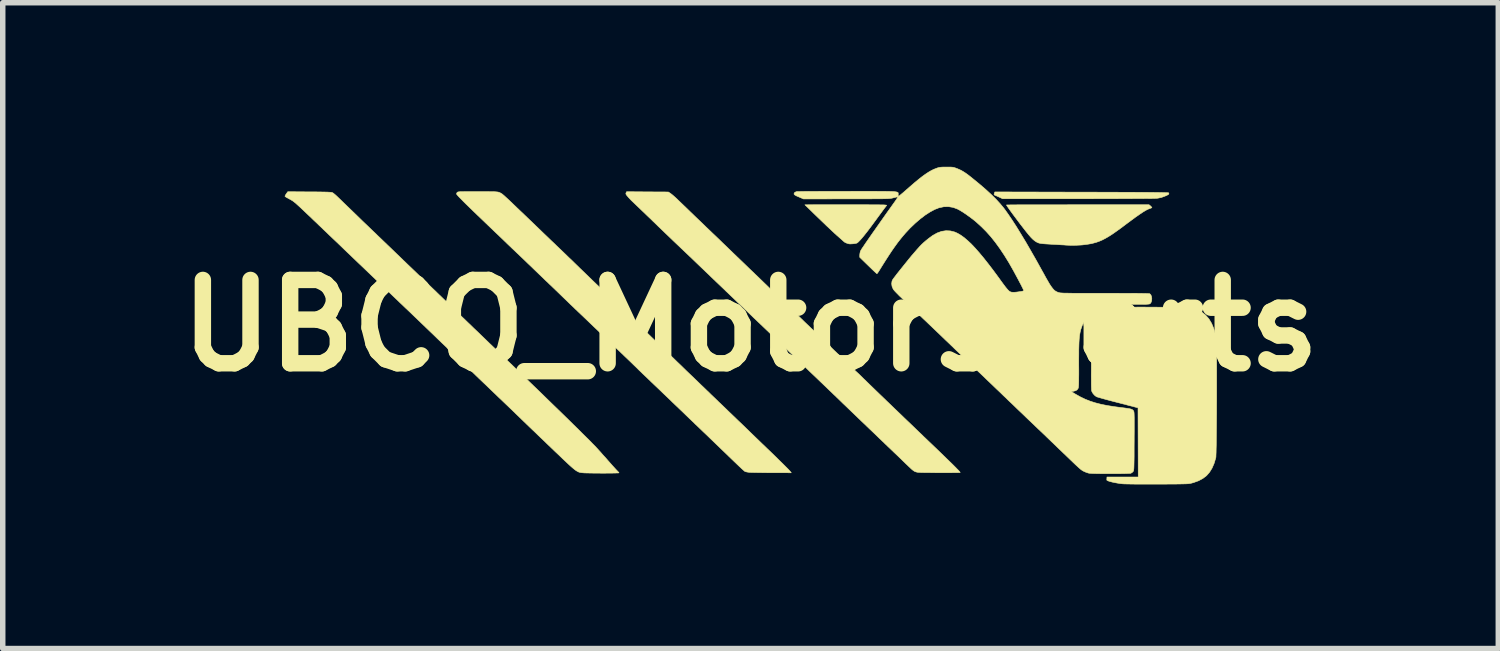
<source format=kicad_pcb>
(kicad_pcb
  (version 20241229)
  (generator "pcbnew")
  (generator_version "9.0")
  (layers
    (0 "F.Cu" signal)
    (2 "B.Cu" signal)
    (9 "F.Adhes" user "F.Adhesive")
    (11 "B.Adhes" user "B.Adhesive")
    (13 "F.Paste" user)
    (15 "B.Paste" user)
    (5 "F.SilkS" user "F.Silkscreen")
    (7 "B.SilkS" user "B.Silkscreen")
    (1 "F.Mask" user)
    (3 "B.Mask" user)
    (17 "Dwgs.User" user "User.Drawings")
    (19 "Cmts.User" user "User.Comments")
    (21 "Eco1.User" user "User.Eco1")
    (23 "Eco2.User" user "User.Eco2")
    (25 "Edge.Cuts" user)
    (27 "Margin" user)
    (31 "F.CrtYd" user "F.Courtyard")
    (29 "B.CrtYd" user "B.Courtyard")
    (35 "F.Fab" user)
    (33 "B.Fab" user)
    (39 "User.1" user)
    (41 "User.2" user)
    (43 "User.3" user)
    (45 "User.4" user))
  (footprint "UBCO_Motorsports"
    (layer "F.Cu")
    (at 10.675 2.904)
    (property "Reference" "UBCO_Motorsports" (at 0 0 0) (layer "F.SilkS") (effects (font (size 1.524 1.524) (thickness 0.3))))
    (attr through_hole)
    (fp_poly (pts (xy 6.055 -2.44) (xy 6.26 -2.44) (xy 6.449 -2.439) (xy 6.622 -2.439) (xy 6.78 -2.438) (xy 6.923 -2.438) (xy 7.051 -2.437) (xy 7.165 -2.436) (xy 7.266 -2.436) (xy 7.354 -2.435) (xy 7.429 -2.434) (xy 7.492 -2.433) (xy 7.544 -2.432) (xy 7.584 -2.431) (xy 7.615 -2.43) (xy 7.635 -2.429) (xy 7.645 -2.428) (xy 7.647 -2.427) (xy 7.652 -2.415) (xy 7.649 -2.404) (xy 7.636 -2.393) (xy 7.61 -2.38) (xy 7.58 -2.367) (xy 7.515 -2.343) (xy 7.452 -2.33) (xy 7.434 -2.328) (xy 7.417 -2.327) (xy 7.385 -2.326) (xy 7.337 -2.325) (xy 7.275 -2.325) (xy 7.2 -2.324) (xy 7.113 -2.323) (xy 7.014 -2.323) (xy 6.905 -2.322) (xy 6.787 -2.322) (xy 6.659 -2.321) (xy 6.524 -2.321) (xy 6.383 -2.321) (xy 6.235 -2.32) (xy 6.083 -2.32) (xy 5.986 -2.32) (xy 4.61 -2.32) (xy 4.555 -2.346) (xy 4.524 -2.36) (xy 4.495 -2.373) (xy 4.477 -2.38) (xy 4.46 -2.389) (xy 4.454 -2.399) (xy 4.459 -2.418) (xy 4.461 -2.424) (xy 4.469 -2.444) (xy 6.055 -2.44)) (stroke (width 0.01) (type solid)) (fill yes) (layer "F.SilkS"))
    (fp_poly (pts (xy 1.992 -2.21) (xy 2.091 -2.21) (xy 2.176 -2.209) (xy 2.249 -2.209) (xy 2.31 -2.209) (xy 2.359 -2.208) (xy 2.399 -2.207) (xy 2.43 -2.207) (xy 2.454 -2.206) (xy 2.47 -2.204) (xy 2.481 -2.203) (xy 2.487 -2.201) (xy 2.489 -2.199) (xy 2.489 -2.196) (xy 2.488 -2.195) (xy 2.478 -2.182) (xy 2.461 -2.16) (xy 2.438 -2.13) (xy 2.416 -2.1) (xy 2.389 -2.063) (xy 2.356 -2.018) (xy 2.32 -1.969) (xy 2.285 -1.921) (xy 2.273 -1.905) (xy 2.201 -1.807) (xy 2.137 -1.723) (xy 2.081 -1.652) (xy 2.034 -1.595) (xy 1.996 -1.553) (xy 1.967 -1.524) (xy 1.947 -1.509) (xy 1.944 -1.508) (xy 1.92 -1.502) (xy 1.888 -1.497) (xy 1.852 -1.494) (xy 1.82 -1.493) (xy 1.799 -1.495) (xy 1.757 -1.508) (xy 1.728 -1.521) (xy 1.714 -1.531) (xy 1.701 -1.542) (xy 1.679 -1.562) (xy 1.651 -1.587) (xy 1.626 -1.609) (xy 1.586 -1.644) (xy 1.544 -1.682) (xy 1.498 -1.725) (xy 1.447 -1.773) (xy 1.389 -1.827) (xy 1.324 -1.89) (xy 1.25 -1.961) (xy 1.166 -2.042) (xy 1.105 -2.102) (xy 0.995 -2.209) (xy 1.748 -2.21) (xy 1.878 -2.21) (xy 1.992 -2.21)) (stroke (width 0.01) (type solid)) (fill yes) (layer "F.SilkS"))
    (fp_poly (pts (xy 7.315 -2.188) (xy 7.331 -2.172) (xy 7.34 -2.161) (xy 7.341 -2.158) (xy 7.333 -2.152) (xy 7.314 -2.144) (xy 7.293 -2.137) (xy 7.263 -2.125) (xy 7.224 -2.104) (xy 7.173 -2.073) (xy 7.112 -2.032) (xy 7.039 -1.981) (xy 6.955 -1.919) (xy 6.862 -1.85) (xy 6.769 -1.78) (xy 6.687 -1.721) (xy 6.614 -1.67) (xy 6.548 -1.628) (xy 6.489 -1.594) (xy 6.433 -1.565) (xy 6.379 -1.542) (xy 6.326 -1.523) (xy 6.272 -1.508) (xy 6.232 -1.498) (xy 6.153 -1.485) (xy 6.064 -1.474) (xy 5.969 -1.469) (xy 5.874 -1.467) (xy 5.791 -1.47) (xy 5.77 -1.471) (xy 5.736 -1.474) (xy 5.692 -1.476) (xy 5.642 -1.479) (xy 5.596 -1.482) (xy 5.517 -1.486) (xy 5.453 -1.49) (xy 5.402 -1.493) (xy 5.362 -1.496) (xy 5.332 -1.499) (xy 5.309 -1.502) (xy 5.292 -1.505) (xy 5.279 -1.508) (xy 5.267 -1.512) (xy 5.263 -1.513) (xy 5.231 -1.528) (xy 5.2 -1.548) (xy 5.167 -1.575) (xy 5.131 -1.611) (xy 5.09 -1.658) (xy 5.043 -1.716) (xy 5.032 -1.73) (xy 4.983 -1.793) (xy 4.934 -1.856) (xy 4.887 -1.919) (xy 4.842 -1.979) (xy 4.8 -2.035) (xy 4.763 -2.086) (xy 4.731 -2.13) (xy 4.707 -2.165) (xy 4.69 -2.19) (xy 4.682 -2.204) (xy 4.682 -2.206) (xy 4.69 -2.206) (xy 4.715 -2.206) (xy 4.754 -2.207) (xy 4.808 -2.207) (xy 4.875 -2.208) (xy 4.954 -2.208) (xy 5.045 -2.208) (xy 5.146 -2.209) (xy 5.257 -2.209) (xy 5.376 -2.209) (xy 5.504 -2.209) (xy 5.638 -2.209) (xy 5.778 -2.209) (xy 5.924 -2.21) (xy 5.985 -2.21) (xy 7.288 -2.21) (xy 7.315 -2.188)) (stroke (width 0.01) (type solid)) (fill yes) (layer "F.SilkS"))
    (fp_poly (pts (xy 7.293 -0.337) (xy 7.414 -0.337) (xy 7.456 -0.336) (xy 7.573 -0.335) (xy 7.673 -0.335) (xy 7.759 -0.334) (xy 7.833 -0.332) (xy 7.895 -0.331) (xy 7.947 -0.329) (xy 7.991 -0.327) (xy 8.027 -0.323) (xy 8.058 -0.32) (xy 8.084 -0.315) (xy 8.107 -0.31) (xy 8.129 -0.303) (xy 8.15 -0.296) (xy 8.173 -0.287) (xy 8.18 -0.284) (xy 8.257 -0.244) (xy 8.325 -0.189) (xy 8.384 -0.121) (xy 8.433 -0.04) (xy 8.472 0.053) (xy 8.501 0.159) (xy 8.517 0.256) (xy 8.519 0.277) (xy 8.52 0.314) (xy 8.521 0.364) (xy 8.522 0.427) (xy 8.523 0.501) (xy 8.524 0.586) (xy 8.525 0.679) (xy 8.525 0.779) (xy 8.525 0.886) (xy 8.525 0.998) (xy 8.525 1.113) (xy 8.525 1.231) (xy 8.525 1.35) (xy 8.524 1.469) (xy 8.524 1.586) (xy 8.523 1.7) (xy 8.522 1.811) (xy 8.521 1.916) (xy 8.52 2.015) (xy 8.519 2.106) (xy 8.518 2.188) (xy 8.516 2.259) (xy 8.515 2.319) (xy 8.513 2.366) (xy 8.512 2.399) (xy 8.51 2.416) (xy 8.51 2.417) (xy 8.479 2.52) (xy 8.441 2.608) (xy 8.395 2.682) (xy 8.34 2.745) (xy 8.273 2.796) (xy 8.195 2.838) (xy 8.104 2.871) (xy 8.053 2.885) (xy 8.039 2.887) (xy 8.023 2.89) (xy 8.003 2.892) (xy 7.977 2.894) (xy 7.944 2.895) (xy 7.903 2.896) (xy 7.853 2.897) (xy 7.792 2.898) (xy 7.719 2.899) (xy 7.632 2.899) (xy 7.531 2.9) (xy 7.451 2.9) (xy 7.353 2.9) (xy 7.258 2.9) (xy 7.168 2.9) (xy 7.084 2.9) (xy 7.008 2.899) (xy 6.942 2.898) (xy 6.887 2.897) (xy 6.845 2.896) (xy 6.818 2.895) (xy 6.816 2.895) (xy 6.767 2.89) (xy 6.716 2.882) (xy 6.665 2.873) (xy 6.618 2.863) (xy 6.576 2.852) (xy 6.544 2.842) (xy 6.523 2.832) (xy 6.516 2.825) (xy 6.517 2.805) (xy 6.518 2.79) (xy 6.519 2.769) (xy 6.805 2.769) (xy 7.091 2.769) (xy 7.089 2.136) (xy 7.087 1.504) (xy 6.72 1.409) (xy 6.643 1.389) (xy 6.57 1.37) (xy 6.503 1.352) (xy 6.445 1.336) (xy 6.396 1.322) (xy 6.359 1.311) (xy 6.335 1.304) (xy 6.327 1.301) (xy 6.295 1.277) (xy 6.265 1.244) (xy 6.244 1.208) (xy 6.24 1.196) (xy 6.237 1.182) (xy 6.236 1.156) (xy 6.234 1.116) (xy 6.233 1.064) (xy 6.233 0.997) (xy 6.232 0.915) (xy 6.233 0.818) (xy 6.233 0.705) (xy 6.233 0.673) (xy 6.234 0.569) (xy 6.235 0.481) (xy 6.235 0.407) (xy 6.236 0.345) (xy 6.237 0.294) (xy 6.238 0.253) (xy 6.24 0.22) (xy 6.241 0.194) (xy 6.243 0.173) (xy 6.246 0.155) (xy 6.249 0.14) (xy 6.252 0.126) (xy 6.255 0.114) (xy 6.287 0.023) (xy 6.329 -0.06) (xy 6.379 -0.131) (xy 6.429 -0.184) (xy 6.475 -0.218) (xy 6.531 -0.251) (xy 6.592 -0.28) (xy 6.644 -0.3) (xy 6.67 -0.307) (xy 6.697 -0.314) (xy 6.726 -0.32) (xy 6.759 -0.325) (xy 6.795 -0.329) (xy 6.838 -0.332) (xy 6.888 -0.334) (xy 6.947 -0.336) (xy 7.015 -0.337) (xy 7.095 -0.338) (xy 7.187 -0.338) (xy 7.293 -0.337)) (stroke (width 0.01) (type solid)) (fill yes) (layer "F.SilkS"))
    (fp_poly (pts (xy -4.99 -2.45) (xy -4.902 -2.45) (xy -4.829 -2.45) (xy -4.769 -2.449) (xy -4.722 -2.449) (xy -4.685 -2.448) (xy -4.656 -2.446) (xy -4.635 -2.444) (xy -4.619 -2.442) (xy -4.606 -2.439) (xy -4.596 -2.436) (xy -4.588 -2.432) (xy -4.579 -2.428) (xy -4.571 -2.424) (xy -4.562 -2.419) (xy -4.552 -2.413) (xy -4.54 -2.405) (xy -4.526 -2.393) (xy -4.508 -2.378) (xy -4.486 -2.358) (xy -4.459 -2.333) (xy -4.425 -2.302) (xy -4.385 -2.264) (xy -4.338 -2.219) (xy -4.282 -2.165) (xy -4.217 -2.103) (xy -4.141 -2.031) (xy -4.055 -1.948) (xy -3.992 -1.888) (xy -3.966 -1.863) (xy -3.93 -1.828) (xy -3.884 -1.784) (xy -3.831 -1.733) (xy -3.772 -1.676) (xy -3.709 -1.616) (xy -3.643 -1.552) (xy -3.575 -1.488) (xy -3.548 -1.461) (xy -3.484 -1.4) (xy -3.423 -1.342) (xy -3.367 -1.288) (xy -3.317 -1.239) (xy -3.273 -1.198) (xy -3.238 -1.164) (xy -3.212 -1.138) (xy -3.196 -1.123) (xy -3.192 -1.119) (xy -3.18 -1.107) (xy -3.157 -1.085) (xy -3.124 -1.052) (xy -3.08 -1.01) (xy -3.027 -0.959) (xy -2.966 -0.9) (xy -2.898 -0.834) (xy -2.822 -0.761) (xy -2.747 -0.69) (xy -2.699 -0.643) (xy -2.653 -0.6) (xy -2.613 -0.561) (xy -2.578 -0.528) (xy -2.552 -0.502) (xy -2.536 -0.486) (xy -2.532 -0.482) (xy -2.521 -0.472) (xy -2.499 -0.451) (xy -2.468 -0.421) (xy -2.43 -0.384) (xy -2.386 -0.342) (xy -2.337 -0.296) (xy -2.299 -0.259) (xy -2.242 -0.204) (xy -2.183 -0.147) (xy -2.124 -0.091) (xy -2.068 -0.037) (xy -2.018 0.011) (xy -1.977 0.051) (xy -1.964 0.063) (xy -1.927 0.099) (xy -1.881 0.143) (xy -1.828 0.195) (xy -1.77 0.251) (xy -1.71 0.308) (xy -1.651 0.365) (xy -1.621 0.393) (xy -1.564 0.449) (xy -1.504 0.506) (xy -1.445 0.563) (xy -1.389 0.617) (xy -1.339 0.666) (xy -1.296 0.707) (xy -1.278 0.724) (xy -1.232 0.769) (xy -1.181 0.819) (xy -1.13 0.868) (xy -1.083 0.913) (xy -1.054 0.94) (xy -1.014 0.979) (xy -0.965 1.026) (xy -0.914 1.076) (xy -0.863 1.124) (xy -0.83 1.156) (xy -0.794 1.191) (xy -0.757 1.226) (xy -0.72 1.263) (xy -0.679 1.302) (xy -0.634 1.345) (xy -0.584 1.394) (xy -0.526 1.449) (xy -0.459 1.513) (xy -0.383 1.587) (xy -0.347 1.621) (xy -0.235 1.729) (xy -0.123 1.836) (xy -0.008 1.948) (xy 0.106 2.058) (xy 0.154 2.104) (xy 0.205 2.154) (xy 0.257 2.203) (xy 0.304 2.249) (xy 0.343 2.286) (xy 0.343 2.286) (xy 0.42 2.36) (xy 0.49 2.429) (xy 0.552 2.49) (xy 0.607 2.544) (xy 0.652 2.589) (xy 0.688 2.625) (xy 0.713 2.652) (xy 0.727 2.667) (xy 0.728 2.669) (xy 0.746 2.692) (xy 0.4 2.691) (xy 0.322 2.691) (xy 0.247 2.69) (xy 0.177 2.689) (xy 0.114 2.688) (xy 0.061 2.687) (xy 0.019 2.686) (xy -0.008 2.685) (xy -0.013 2.685) (xy -0.048 2.681) (xy -0.079 2.675) (xy -0.099 2.669) (xy -0.102 2.668) (xy -0.114 2.658) (xy -0.136 2.639) (xy -0.166 2.612) (xy -0.201 2.579) (xy -0.239 2.543) (xy -0.241 2.541) (xy -0.289 2.495) (xy -0.342 2.444) (xy -0.396 2.392) (xy -0.445 2.344) (xy -0.47 2.32) (xy -0.517 2.275) (xy -0.571 2.223) (xy -0.625 2.171) (xy -0.675 2.123) (xy -0.69 2.108) (xy -0.725 2.075) (xy -0.768 2.033) (xy -0.819 1.984) (xy -0.875 1.931) (xy -0.932 1.876) (xy -0.988 1.822) (xy -1.008 1.804) (xy -1.062 1.751) (xy -1.118 1.698) (xy -1.172 1.646) (xy -1.222 1.597) (xy -1.266 1.555) (xy -1.301 1.522) (xy -1.312 1.511) (xy -1.338 1.486) (xy -1.374 1.452) (xy -1.419 1.409) (xy -1.471 1.358) (xy -1.529 1.303) (xy -1.592 1.243) (xy -1.657 1.18) (xy -1.723 1.117) (xy -1.74 1.101) (xy -1.803 1.041) (xy -1.862 0.984) (xy -1.917 0.931) (xy -1.966 0.885) (xy -2.008 0.844) (xy -2.042 0.812) (xy -2.066 0.788) (xy -2.08 0.774) (xy -2.083 0.771) (xy -2.095 0.759) (xy -2.119 0.736) (xy -2.152 0.704) (xy -2.195 0.662) (xy -2.246 0.613) (xy -2.305 0.557) (xy -2.369 0.495) (xy -2.439 0.428) (xy -2.51 0.36) (xy -2.564 0.309) (xy -2.618 0.257) (xy -2.67 0.207) (xy -2.719 0.16) (xy -2.761 0.12) (xy -2.793 0.089) (xy -2.798 0.084) (xy -2.868 0.018) (xy -2.948 -0.059) (xy -3.041 -0.148) (xy -3.145 -0.247) (xy -3.205 -0.304) (xy -3.247 -0.345) (xy -3.297 -0.392) (xy -3.348 -0.442) (xy -3.398 -0.49) (xy -3.421 -0.512) (xy -3.456 -0.546) (xy -3.5 -0.589) (xy -3.552 -0.639) (xy -3.608 -0.693) (xy -3.667 -0.749) (xy -3.724 -0.804) (xy -3.747 -0.825) (xy -3.802 -0.879) (xy -3.859 -0.933) (xy -3.915 -0.987) (xy -3.967 -1.037) (xy -4.013 -1.082) (xy -4.051 -1.118) (xy -4.064 -1.13) (xy -4.108 -1.173) (xy -4.157 -1.22) (xy -4.206 -1.267) (xy -4.25 -1.309) (xy -4.263 -1.321) (xy -4.306 -1.362) (xy -4.356 -1.409) (xy -4.406 -1.457) (xy -4.449 -1.498) (xy -4.489 -1.537) (xy -4.521 -1.568) (xy -4.547 -1.593) (xy -4.57 -1.615) (xy -4.593 -1.637) (xy -4.62 -1.663) (xy -4.654 -1.695) (xy -4.674 -1.714) (xy -4.79 -1.825) (xy -4.894 -1.925) (xy -4.987 -2.014) (xy -5.069 -2.093) (xy -5.14 -2.162) (xy -5.201 -2.221) (xy -5.252 -2.272) (xy -5.293 -2.314) (xy -5.326 -2.347) (xy -5.35 -2.373) (xy -5.366 -2.392) (xy -5.375 -2.404) (xy -5.376 -2.408) (xy -5.372 -2.423) (xy -5.365 -2.434) (xy -5.361 -2.438) (xy -5.356 -2.441) (xy -5.347 -2.444) (xy -5.334 -2.446) (xy -5.314 -2.448) (xy -5.286 -2.449) (xy -5.248 -2.449) (xy -5.2 -2.45) (xy -5.139 -2.45) (xy -5.064 -2.45) (xy -4.99 -2.45)) (stroke (width 0.01) (type solid)) (fill yes) (layer "F.SilkS"))
    (fp_poly (pts (xy -1.884 -2.445) (xy -1.502 -2.443) (xy -1.463 -2.417) (xy -1.443 -2.402) (xy -1.414 -2.378) (xy -1.38 -2.348) (xy -1.343 -2.314) (xy -1.324 -2.295) (xy -1.28 -2.253) (xy -1.23 -2.205) (xy -1.181 -2.158) (xy -1.138 -2.116) (xy -1.13 -2.109) (xy -1.102 -2.081) (xy -1.063 -2.044) (xy -1.017 -1.999) (xy -0.965 -1.949) (xy -0.909 -1.896) (xy -0.852 -1.841) (xy -0.809 -1.799) (xy -0.752 -1.745) (xy -0.696 -1.691) (xy -0.641 -1.639) (xy -0.591 -1.591) (xy -0.547 -1.548) (xy -0.512 -1.514) (xy -0.491 -1.494) (xy -0.404 -1.41) (xy -0.324 -1.333) (xy -0.249 -1.261) (xy -0.175 -1.19) (xy -0.099 -1.117) (xy -0.018 -1.038) (xy 0.073 -0.952) (xy 0.076 -0.948) (xy 0.136 -0.891) (xy 0.196 -0.833) (xy 0.256 -0.775) (xy 0.313 -0.72) (xy 0.364 -0.67) (xy 0.408 -0.628) (xy 0.438 -0.598) (xy 0.475 -0.562) (xy 0.508 -0.529) (xy 0.536 -0.503) (xy 0.556 -0.484) (xy 0.566 -0.475) (xy 0.567 -0.474) (xy 0.575 -0.467) (xy 0.594 -0.449) (xy 0.621 -0.424) (xy 0.655 -0.391) (xy 0.693 -0.354) (xy 0.709 -0.338) (xy 0.751 -0.297) (xy 0.802 -0.248) (xy 0.859 -0.193) (xy 0.919 -0.135) (xy 0.978 -0.077) (xy 1.035 -0.022) (xy 1.041 -0.017) (xy 1.097 0.037) (xy 1.156 0.093) (xy 1.215 0.15) (xy 1.271 0.204) (xy 1.321 0.252) (xy 1.362 0.292) (xy 1.367 0.296) (xy 1.416 0.344) (xy 1.471 0.397) (xy 1.527 0.451) (xy 1.58 0.501) (xy 1.613 0.533) (xy 1.658 0.577) (xy 1.708 0.625) (xy 1.757 0.672) (xy 1.801 0.715) (xy 1.825 0.738) (xy 1.859 0.771) (xy 1.89 0.801) (xy 1.916 0.826) (xy 1.934 0.843) (xy 1.939 0.847) (xy 1.951 0.858) (xy 1.974 0.879) (xy 2.004 0.908) (xy 2.039 0.942) (xy 2.077 0.98) (xy 2.083 0.985) (xy 2.122 1.023) (xy 2.171 1.071) (xy 2.228 1.126) (xy 2.292 1.188) (xy 2.359 1.253) (xy 2.429 1.32) (xy 2.499 1.388) (xy 2.567 1.453) (xy 2.631 1.515) (xy 2.69 1.571) (xy 2.74 1.619) (xy 2.76 1.638) (xy 2.802 1.679) (xy 2.854 1.729) (xy 2.911 1.783) (xy 2.97 1.84) (xy 3.028 1.896) (xy 3.081 1.947) (xy 3.091 1.956) (xy 3.104 1.969) (xy 3.129 1.992) (xy 3.161 2.024) (xy 3.201 2.062) (xy 3.246 2.105) (xy 3.294 2.151) (xy 3.311 2.167) (xy 3.41 2.262) (xy 3.496 2.345) (xy 3.571 2.418) (xy 3.636 2.481) (xy 3.691 2.534) (xy 3.736 2.579) (xy 3.771 2.615) (xy 3.799 2.643) (xy 3.818 2.664) (xy 3.83 2.678) (xy 3.835 2.686) (xy 3.835 2.687) (xy 3.827 2.688) (xy 3.804 2.689) (xy 3.768 2.69) (xy 3.722 2.69) (xy 3.667 2.691) (xy 3.605 2.691) (xy 3.538 2.691) (xy 3.469 2.691) (xy 3.399 2.691) (xy 3.331 2.69) (xy 3.267 2.689) (xy 3.208 2.689) (xy 3.157 2.688) (xy 3.116 2.687) (xy 3.086 2.685) (xy 3.077 2.685) (xy 3.05 2.682) (xy 3.028 2.677) (xy 3.006 2.669) (xy 2.984 2.656) (xy 2.959 2.637) (xy 2.928 2.609) (xy 2.889 2.572) (xy 2.864 2.548) (xy 2.831 2.517) (xy 2.789 2.476) (xy 2.74 2.428) (xy 2.687 2.377) (xy 2.632 2.325) (xy 2.578 2.273) (xy 2.574 2.269) (xy 2.52 2.218) (xy 2.465 2.165) (xy 2.41 2.112) (xy 2.359 2.064) (xy 2.315 2.021) (xy 2.28 1.987) (xy 2.278 1.985) (xy 2.233 1.942) (xy 2.182 1.894) (xy 2.132 1.846) (xy 2.087 1.802) (xy 2.075 1.791) (xy 2.034 1.752) (xy 1.986 1.706) (xy 1.931 1.653) (xy 1.872 1.596) (xy 1.81 1.537) (xy 1.749 1.478) (xy 1.689 1.421) (xy 1.634 1.367) (xy 1.584 1.319) (xy 1.543 1.279) (xy 1.511 1.249) (xy 1.511 1.249) (xy 1.496 1.234) (xy 1.471 1.21) (xy 1.437 1.178) (xy 1.397 1.139) (xy 1.351 1.095) (xy 1.303 1.049) (xy 1.286 1.033) (xy 1.233 0.982) (xy 1.178 0.929) (xy 1.124 0.878) (xy 1.074 0.83) (xy 1.031 0.788) (xy 0.997 0.755) (xy 0.995 0.753) (xy 0.944 0.704) (xy 0.894 0.656) (xy 0.845 0.609) (xy 0.794 0.56) (xy 0.74 0.508) (xy 0.681 0.452) (xy 0.617 0.39) (xy 0.544 0.32) (xy 0.462 0.242) (xy 0.381 0.164) (xy 0.261 0.049) (xy 0.152 -0.055) (xy 0.054 -0.148) (xy -0.033 -0.232) (xy -0.11 -0.306) (xy -0.178 -0.371) (xy -0.238 -0.428) (xy -0.289 -0.478) (xy -0.333 -0.52) (xy -0.37 -0.555) (xy -0.401 -0.585) (xy -0.426 -0.609) (xy -0.445 -0.626) (xy -0.478 -0.659) (xy -0.52 -0.699) (xy -0.565 -0.742) (xy -0.609 -0.784) (xy -0.627 -0.801) (xy -0.672 -0.844) (xy -0.722 -0.892) (xy -0.772 -0.941) (xy -0.818 -0.984) (xy -0.83 -0.996) (xy -0.856 -1.021) (xy -0.893 -1.056) (xy -0.939 -1.1) (xy -0.991 -1.15) (xy -1.049 -1.206) (xy -1.111 -1.265) (xy -1.174 -1.325) (xy -1.228 -1.376) (xy -1.291 -1.436) (xy -1.354 -1.496) (xy -1.415 -1.554) (xy -1.471 -1.608) (xy -1.522 -1.657) (xy -1.566 -1.699) (xy -1.6 -1.732) (xy -1.621 -1.752) (xy -1.656 -1.786) (xy -1.69 -1.818) (xy -1.718 -1.846) (xy -1.739 -1.866) (xy -1.744 -1.871) (xy -1.758 -1.885) (xy -1.783 -1.908) (xy -1.815 -1.94) (xy -1.855 -1.978) (xy -1.899 -2.02) (xy -1.946 -2.066) (xy -1.958 -2.077) (xy -2.005 -2.122) (xy -2.05 -2.165) (xy -2.09 -2.203) (xy -2.123 -2.235) (xy -2.148 -2.259) (xy -2.164 -2.274) (xy -2.166 -2.276) (xy -2.184 -2.293) (xy -2.208 -2.319) (xy -2.234 -2.347) (xy -2.238 -2.352) (xy -2.261 -2.379) (xy -2.274 -2.397) (xy -2.279 -2.409) (xy -2.278 -2.42) (xy -2.276 -2.427) (xy -2.266 -2.448) (xy -1.884 -2.445)) (stroke (width 0.01) (type solid)) (fill yes) (layer "F.SilkS"))
    (fp_poly (pts (xy -8.065 -2.445) (xy -7.971 -2.445) (xy -7.893 -2.444) (xy -7.828 -2.443) (xy -7.776 -2.442) (xy -7.735 -2.441) (xy -7.704 -2.439) (xy -7.681 -2.438) (xy -7.664 -2.436) (xy -7.652 -2.433) (xy -7.643 -2.43) (xy -7.641 -2.429) (xy -7.632 -2.423) (xy -7.621 -2.415) (xy -7.607 -2.403) (xy -7.588 -2.387) (xy -7.563 -2.364) (xy -7.532 -2.334) (xy -7.492 -2.296) (xy -7.443 -2.248) (xy -7.383 -2.19) (xy -7.379 -2.186) (xy -7.276 -2.087) (xy -7.183 -1.997) (xy -7.096 -1.912) (xy -7.011 -1.831) (xy -6.927 -1.75) (xy -6.839 -1.666) (xy -6.82 -1.647) (xy -6.733 -1.564) (xy -6.654 -1.488) (xy -6.583 -1.42) (xy -6.521 -1.36) (xy -6.468 -1.309) (xy -6.426 -1.269) (xy -6.395 -1.239) (xy -6.388 -1.232) (xy -6.373 -1.218) (xy -6.348 -1.193) (xy -6.314 -1.161) (xy -6.274 -1.122) (xy -6.229 -1.079) (xy -6.18 -1.032) (xy -6.163 -1.016) (xy -6.107 -0.962) (xy -6.047 -0.904) (xy -5.986 -0.846) (xy -5.927 -0.789) (xy -5.874 -0.738) (xy -5.834 -0.699) (xy -5.793 -0.66) (xy -5.755 -0.624) (xy -5.724 -0.593) (xy -5.699 -0.569) (xy -5.684 -0.554) (xy -5.68 -0.551) (xy -5.668 -0.54) (xy -5.646 -0.518) (xy -5.615 -0.488) (xy -5.576 -0.451) (xy -5.532 -0.408) (xy -5.483 -0.36) (xy -5.432 -0.311) (xy -5.38 -0.26) (xy -5.328 -0.21) (xy -5.317 -0.199) (xy -5.279 -0.162) (xy -5.231 -0.117) (xy -5.177 -0.064) (xy -5.119 -0.009) (xy -5.061 0.048) (xy -5.004 0.102) (xy -4.991 0.114) (xy -4.917 0.186) (xy -4.847 0.253) (xy -4.78 0.318) (xy -4.712 0.383) (xy -4.642 0.451) (xy -4.566 0.524) (xy -4.482 0.605) (xy -4.42 0.665) (xy -4.354 0.728) (xy -4.295 0.785) (xy -4.242 0.836) (xy -4.193 0.883) (xy -4.147 0.928) (xy -4.102 0.971) (xy -4.057 1.015) (xy -4.01 1.061) (xy -3.959 1.11) (xy -3.904 1.163) (xy -3.842 1.223) (xy -3.772 1.291) (xy -3.693 1.368) (xy -3.624 1.435) (xy -3.52 1.536) (xy -3.42 1.633) (xy -3.325 1.726) (xy -3.235 1.815) (xy -3.151 1.897) (xy -3.074 1.974) (xy -3.004 2.043) (xy -2.943 2.103) (xy -2.892 2.156) (xy -2.85 2.198) (xy -2.82 2.23) (xy -2.807 2.244) (xy -2.768 2.287) (xy -2.737 2.321) (xy -2.712 2.35) (xy -2.689 2.376) (xy -2.665 2.402) (xy -2.639 2.431) (xy -2.608 2.467) (xy -2.568 2.512) (xy -2.561 2.52) (xy -2.525 2.561) (xy -2.491 2.598) (xy -2.462 2.63) (xy -2.439 2.654) (xy -2.426 2.668) (xy -2.424 2.67) (xy -2.41 2.683) (xy -2.405 2.693) (xy -2.413 2.695) (xy -2.435 2.696) (xy -2.471 2.697) (xy -2.517 2.698) (xy -2.571 2.699) (xy -2.631 2.699) (xy -2.694 2.7) (xy -2.76 2.699) (xy -2.824 2.699) (xy -2.886 2.698) (xy -2.944 2.697) (xy -2.994 2.696) (xy -3.034 2.695) (xy -3.061 2.693) (xy -3.084 2.691) (xy -3.104 2.688) (xy -3.124 2.684) (xy -3.143 2.678) (xy -3.163 2.668) (xy -3.186 2.655) (xy -3.212 2.636) (xy -3.242 2.612) (xy -3.278 2.581) (xy -3.321 2.542) (xy -3.371 2.495) (xy -3.431 2.439) (xy -3.5 2.372) (xy -3.568 2.308) (xy -3.647 2.232) (xy -3.717 2.165) (xy -3.778 2.106) (xy -3.834 2.053) (xy -3.886 2.003) (xy -3.935 1.955) (xy -3.985 1.908) (xy -4.036 1.859) (xy -4.091 1.806) (xy -4.151 1.748) (xy -4.219 1.682) (xy -4.296 1.608) (xy -4.335 1.57) (xy -4.374 1.532) (xy -4.41 1.498) (xy -4.439 1.47) (xy -4.461 1.449) (xy -4.474 1.437) (xy -4.476 1.435) (xy -4.485 1.426) (xy -4.504 1.408) (xy -4.53 1.383) (xy -4.561 1.353) (xy -4.573 1.342) (xy -4.604 1.313) (xy -4.644 1.274) (xy -4.691 1.229) (xy -4.741 1.181) (xy -4.793 1.131) (xy -4.833 1.092) (xy -4.881 1.047) (xy -4.926 1.004) (xy -4.967 0.965) (xy -5.002 0.931) (xy -5.029 0.905) (xy -5.045 0.889) (xy -5.045 0.889) (xy -5.062 0.873) (xy -5.089 0.847) (xy -5.124 0.814) (xy -5.165 0.775) (xy -5.21 0.732) (xy -5.257 0.687) (xy -5.258 0.686) (xy -5.31 0.636) (xy -5.365 0.584) (xy -5.418 0.533) (xy -5.468 0.485) (xy -5.511 0.444) (xy -5.537 0.419) (xy -5.582 0.375) (xy -5.634 0.326) (xy -5.686 0.276) (xy -5.733 0.231) (xy -5.744 0.22) (xy -5.785 0.18) (xy -5.834 0.133) (xy -5.886 0.083) (xy -5.936 0.035) (xy -5.969 0.003) (xy -6.015 -0.041) (xy -6.066 -0.09) (xy -6.116 -0.138) (xy -6.161 -0.181) (xy -6.189 -0.208) (xy -6.221 -0.239) (xy -6.263 -0.279) (xy -6.312 -0.325) (xy -6.365 -0.376) (xy -6.419 -0.427) (xy -6.471 -0.478) (xy -6.472 -0.478) (xy -6.519 -0.523) (xy -6.563 -0.565) (xy -6.601 -0.602) (xy -6.633 -0.632) (xy -6.656 -0.654) (xy -6.669 -0.667) (xy -6.671 -0.669) (xy -6.682 -0.679) (xy -6.705 -0.701) (xy -6.738 -0.732) (xy -6.779 -0.772) (xy -6.83 -0.82) (xy -6.887 -0.875) (xy -6.951 -0.936) (xy -7.02 -1.002) (xy -7.093 -1.072) (xy -7.17 -1.145) (xy -7.249 -1.221) (xy -7.329 -1.298) (xy -7.362 -1.329) (xy -7.43 -1.394) (xy -7.5 -1.462) (xy -7.571 -1.53) (xy -7.641 -1.596) (xy -7.707 -1.659) (xy -7.766 -1.716) (xy -7.817 -1.764) (xy -7.844 -1.791) (xy -7.89 -1.834) (xy -7.931 -1.874) (xy -7.967 -1.908) (xy -7.996 -1.935) (xy -8.016 -1.955) (xy -8.026 -1.964) (xy -8.026 -1.965) (xy -8.033 -1.972) (xy -8.051 -1.989) (xy -8.078 -2.014) (xy -8.112 -2.046) (xy -8.152 -2.084) (xy -8.192 -2.122) (xy -8.243 -2.17) (xy -8.285 -2.208) (xy -8.318 -2.238) (xy -8.347 -2.261) (xy -8.371 -2.279) (xy -8.395 -2.294) (xy -8.419 -2.308) (xy -8.431 -2.314) (xy -8.464 -2.332) (xy -8.491 -2.347) (xy -8.508 -2.358) (xy -8.513 -2.362) (xy -8.511 -2.372) (xy -8.501 -2.392) (xy -8.49 -2.409) (xy -8.462 -2.448) (xy -8.065 -2.445)) (stroke (width 0.01) (type solid)) (fill yes) (layer "F.SilkS"))
    (fp_poly (pts (xy 3.634 -2.899) (xy 3.669 -2.898) (xy 3.697 -2.896) (xy 3.72 -2.891) (xy 3.744 -2.884) (xy 3.773 -2.873) (xy 3.774 -2.873) (xy 3.816 -2.855) (xy 3.855 -2.837) (xy 3.894 -2.814) (xy 3.936 -2.787) (xy 3.984 -2.752) (xy 4.04 -2.708) (xy 4.061 -2.691) (xy 4.188 -2.587) (xy 4.301 -2.49) (xy 4.4 -2.399) (xy 4.488 -2.313) (xy 4.563 -2.231) (xy 4.629 -2.152) (xy 4.651 -2.123) (xy 4.715 -2.033) (xy 4.786 -1.928) (xy 4.863 -1.809) (xy 4.945 -1.675) (xy 5.034 -1.528) (xy 5.127 -1.367) (xy 5.226 -1.194) (xy 5.329 -1.008) (xy 5.36 -0.953) (xy 5.403 -0.874) (xy 5.44 -0.81) (xy 5.471 -0.757) (xy 5.499 -0.715) (xy 5.523 -0.683) (xy 5.545 -0.657) (xy 5.566 -0.638) (xy 5.588 -0.624) (xy 5.611 -0.613) (xy 5.621 -0.609) (xy 5.629 -0.606) (xy 5.637 -0.603) (xy 5.647 -0.601) (xy 5.658 -0.599) (xy 5.673 -0.597) (xy 5.692 -0.596) (xy 5.717 -0.594) (xy 5.748 -0.593) (xy 5.787 -0.593) (xy 5.834 -0.592) (xy 5.891 -0.591) (xy 5.959 -0.591) (xy 6.038 -0.591) (xy 6.13 -0.591) (xy 6.236 -0.591) (xy 6.358 -0.591) (xy 6.477 -0.591) (xy 6.62 -0.591) (xy 6.751 -0.59) (xy 6.87 -0.59) (xy 6.975 -0.589) (xy 7.066 -0.589) (xy 7.143 -0.588) (xy 7.206 -0.587) (xy 7.253 -0.586) (xy 7.285 -0.584) (xy 7.3 -0.583) (xy 7.301 -0.583) (xy 7.321 -0.563) (xy 7.333 -0.534) (xy 7.339 -0.498) (xy 7.337 -0.461) (xy 7.328 -0.428) (xy 7.312 -0.404) (xy 7.305 -0.399) (xy 7.297 -0.395) (xy 7.283 -0.393) (xy 7.263 -0.391) (xy 7.233 -0.389) (xy 7.193 -0.389) (xy 7.141 -0.388) (xy 7.076 -0.388) (xy 6.998 -0.389) (xy 6.921 -0.389) (xy 6.848 -0.388) (xy 6.78 -0.387) (xy 6.721 -0.386) (xy 6.673 -0.384) (xy 6.638 -0.382) (xy 6.629 -0.381) (xy 6.512 -0.362) (xy 6.408 -0.332) (xy 6.316 -0.29) (xy 6.237 -0.237) (xy 6.17 -0.173) (xy 6.114 -0.097) (xy 6.069 -0.008) (xy 6.041 0.071) (xy 6.033 0.103) (xy 6.026 0.135) (xy 6.02 0.17) (xy 6.015 0.209) (xy 6.011 0.254) (xy 6.008 0.306) (xy 6.006 0.367) (xy 6.004 0.439) (xy 6.004 0.523) (xy 6.003 0.621) (xy 6.003 0.721) (xy 6.004 0.815) (xy 6.004 0.894) (xy 6.003 0.96) (xy 6.003 1.012) (xy 6.002 1.054) (xy 6.001 1.086) (xy 5.999 1.11) (xy 5.997 1.127) (xy 5.995 1.139) (xy 5.992 1.148) (xy 5.991 1.15) (xy 5.972 1.176) (xy 5.945 1.192) (xy 5.906 1.201) (xy 5.901 1.202) (xy 5.863 1.206) (xy 5.948 1.257) (xy 6.034 1.305) (xy 6.121 1.347) (xy 6.212 1.383) (xy 6.31 1.414) (xy 6.416 1.441) (xy 6.532 1.464) (xy 6.662 1.484) (xy 6.776 1.499) (xy 6.841 1.507) (xy 6.89 1.514) (xy 6.928 1.52) (xy 6.955 1.526) (xy 6.975 1.534) (xy 6.989 1.542) (xy 7 1.553) (xy 7.002 1.555) (xy 7.005 1.56) (xy 7.008 1.566) (xy 7.011 1.573) (xy 7.013 1.584) (xy 7.015 1.599) (xy 7.016 1.62) (xy 7.017 1.649) (xy 7.018 1.685) (xy 7.018 1.732) (xy 7.018 1.789) (xy 7.018 1.859) (xy 7.018 1.942) (xy 7.017 2.04) (xy 7.017 2.112) (xy 7.016 2.22) (xy 7.016 2.313) (xy 7.016 2.391) (xy 7.015 2.456) (xy 7.014 2.51) (xy 7.013 2.553) (xy 7.012 2.587) (xy 7.011 2.612) (xy 7.009 2.631) (xy 7.007 2.645) (xy 7.005 2.655) (xy 7.002 2.662) (xy 6.999 2.667) (xy 6.998 2.669) (xy 6.978 2.688) (xy 6.956 2.701) (xy 6.942 2.703) (xy 6.913 2.704) (xy 6.872 2.706) (xy 6.82 2.707) (xy 6.76 2.708) (xy 6.694 2.708) (xy 6.625 2.708) (xy 6.553 2.708) (xy 6.482 2.708) (xy 6.414 2.708) (xy 6.351 2.707) (xy 6.295 2.706) (xy 6.248 2.704) (xy 6.213 2.702) (xy 6.191 2.7) (xy 6.189 2.7) (xy 6.161 2.692) (xy 6.126 2.679) (xy 6.097 2.666) (xy 6.085 2.66) (xy 6.072 2.653) (xy 6.059 2.644) (xy 6.045 2.634) (xy 6.027 2.619) (xy 6.005 2.6) (xy 5.979 2.576) (xy 5.945 2.545) (xy 5.904 2.506) (xy 5.855 2.459) (xy 5.796 2.402) (xy 5.725 2.334) (xy 5.724 2.333) (xy 5.689 2.299) (xy 5.658 2.27) (xy 5.634 2.247) (xy 5.619 2.232) (xy 5.613 2.227) (xy 5.606 2.22) (xy 5.589 2.203) (xy 5.563 2.178) (xy 5.532 2.148) (xy 5.503 2.121) (xy 5.468 2.087) (xy 5.423 2.044) (xy 5.373 1.995) (xy 5.318 1.943) (xy 5.263 1.891) (xy 5.216 1.846) (xy 5.162 1.794) (xy 5.105 1.74) (xy 5.048 1.686) (xy 4.995 1.634) (xy 4.948 1.589) (xy 4.915 1.558) (xy 4.87 1.515) (xy 4.822 1.468) (xy 4.774 1.422) (xy 4.731 1.382) (xy 4.707 1.359) (xy 4.671 1.323) (xy 4.626 1.281) (xy 4.578 1.234) (xy 4.53 1.188) (xy 4.5 1.16) (xy 4.412 1.075) (xy 4.327 0.994) (xy 4.241 0.911) (xy 4.149 0.824) (xy 4.089 0.766) (xy 4.044 0.722) (xy 3.994 0.674) (xy 3.943 0.626) (xy 3.898 0.583) (xy 3.878 0.563) (xy 3.842 0.528) (xy 3.807 0.494) (xy 3.776 0.465) (xy 3.753 0.443) (xy 3.746 0.436) (xy 3.728 0.419) (xy 3.701 0.392) (xy 3.667 0.36) (xy 3.63 0.324) (xy 3.606 0.301) (xy 3.575 0.272) (xy 3.546 0.244) (xy 3.517 0.216) (xy 3.486 0.186) (xy 3.453 0.154) (xy 3.415 0.118) (xy 3.371 0.076) (xy 3.32 0.027) (xy 3.26 -0.03) (xy 3.19 -0.097) (xy 3.162 -0.123) (xy 3.069 -0.212) (xy 2.987 -0.291) (xy 2.915 -0.359) (xy 2.854 -0.418) (xy 2.802 -0.468) (xy 2.758 -0.511) (xy 2.721 -0.546) (xy 2.692 -0.576) (xy 2.668 -0.6) (xy 2.649 -0.62) (xy 2.635 -0.635) (xy 2.624 -0.648) (xy 2.616 -0.659) (xy 2.61 -0.668) (xy 2.607 -0.673) (xy 2.588 -0.719) (xy 2.582 -0.767) (xy 2.588 -0.812) (xy 2.596 -0.832) (xy 2.605 -0.846) (xy 2.623 -0.871) (xy 2.649 -0.905) (xy 2.68 -0.946) (xy 2.716 -0.991) (xy 2.746 -1.029) (xy 2.796 -1.091) (xy 2.836 -1.141) (xy 2.87 -1.183) (xy 2.898 -1.218) (xy 2.922 -1.247) (xy 2.944 -1.274) (xy 2.966 -1.299) (xy 2.989 -1.326) (xy 3.015 -1.356) (xy 3.045 -1.391) (xy 3.083 -1.433) (xy 3.095 -1.447) (xy 3.124 -1.477) (xy 3.162 -1.513) (xy 3.207 -1.552) (xy 3.254 -1.59) (xy 3.3 -1.624) (xy 3.331 -1.647) (xy 3.413 -1.693) (xy 3.495 -1.723) (xy 3.576 -1.735) (xy 3.656 -1.731) (xy 3.735 -1.711) (xy 3.79 -1.686) (xy 3.847 -1.652) (xy 3.907 -1.609) (xy 3.969 -1.556) (xy 4.036 -1.494) (xy 4.106 -1.42) (xy 4.181 -1.335) (xy 4.262 -1.238) (xy 4.349 -1.128) (xy 4.443 -1.005) (xy 4.541 -0.872) (xy 4.589 -0.805) (xy 4.629 -0.751) (xy 4.662 -0.707) (xy 4.689 -0.674) (xy 4.711 -0.649) (xy 4.73 -0.631) (xy 4.747 -0.62) (xy 4.764 -0.613) (xy 4.781 -0.61) (xy 4.801 -0.609) (xy 4.819 -0.609) (xy 4.847 -0.61) (xy 4.881 -0.614) (xy 4.917 -0.619) (xy 4.951 -0.624) (xy 4.979 -0.63) (xy 4.997 -0.635) (xy 5 -0.637) (xy 4.997 -0.645) (xy 4.987 -0.666) (xy 4.971 -0.698) (xy 4.951 -0.739) (xy 4.926 -0.786) (xy 4.901 -0.834) (xy 4.812 -0.999) (xy 4.727 -1.149) (xy 4.643 -1.285) (xy 4.561 -1.408) (xy 4.479 -1.521) (xy 4.397 -1.624) (xy 4.312 -1.719) (xy 4.224 -1.807) (xy 4.133 -1.89) (xy 4.111 -1.909) (xy 4.058 -1.951) (xy 4 -1.994) (xy 3.94 -2.037) (xy 3.883 -2.075) (xy 3.831 -2.107) (xy 3.788 -2.13) (xy 3.706 -2.161) (xy 3.622 -2.175) (xy 3.535 -2.173) (xy 3.447 -2.154) (xy 3.37 -2.124) (xy 3.286 -2.079) (xy 3.196 -2.021) (xy 3.104 -1.951) (xy 3.011 -1.871) (xy 2.919 -1.783) (xy 2.835 -1.693) (xy 2.786 -1.636) (xy 2.737 -1.576) (xy 2.688 -1.513) (xy 2.638 -1.444) (xy 2.585 -1.368) (xy 2.528 -1.282) (xy 2.467 -1.187) (xy 2.399 -1.079) (xy 2.359 -1.014) (xy 2.341 -0.985) (xy 2.325 -0.963) (xy 2.315 -0.95) (xy 2.312 -0.948) (xy 2.305 -0.954) (xy 2.287 -0.97) (xy 2.26 -0.995) (xy 2.227 -1.026) (xy 2.188 -1.064) (xy 2.152 -1.099) (xy 1.998 -1.249) (xy 1.998 -1.291) (xy 2.002 -1.325) (xy 2.01 -1.358) (xy 2.014 -1.367) (xy 2.023 -1.382) (xy 2.04 -1.41) (xy 2.067 -1.449) (xy 2.1 -1.499) (xy 2.141 -1.558) (xy 2.188 -1.626) (xy 2.24 -1.701) (xy 2.298 -1.783) (xy 2.359 -1.87) (xy 2.423 -1.961) (xy 2.49 -2.056) (xy 2.515 -2.091) (xy 2.563 -2.158) (xy 2.602 -2.213) (xy 2.633 -2.256) (xy 2.656 -2.289) (xy 2.673 -2.314) (xy 2.684 -2.332) (xy 2.691 -2.343) (xy 2.694 -2.35) (xy 2.694 -2.353) (xy 2.692 -2.354) (xy 2.69 -2.354) (xy 2.677 -2.352) (xy 2.652 -2.346) (xy 2.62 -2.338) (xy 2.611 -2.336) (xy 2.6 -2.333) (xy 2.588 -2.33) (xy 2.575 -2.328) (xy 2.561 -2.326) (xy 2.543 -2.324) (xy 2.521 -2.322) (xy 2.493 -2.321) (xy 2.459 -2.32) (xy 2.417 -2.319) (xy 2.366 -2.319) (xy 2.306 -2.318) (xy 2.235 -2.318) (xy 2.151 -2.317) (xy 2.055 -2.317) (xy 1.944 -2.317) (xy 1.818 -2.317) (xy 1.757 -2.317) (xy 0.969 -2.316) (xy 0.883 -2.353) (xy 0.841 -2.371) (xy 0.814 -2.386) (xy 0.799 -2.399) (xy 0.796 -2.411) (xy 0.802 -2.425) (xy 0.806 -2.432) (xy 0.822 -2.442) (xy 0.844 -2.45) (xy 0.845 -2.45) (xy 0.857 -2.451) (xy 0.885 -2.451) (xy 0.928 -2.452) (xy 0.984 -2.453) (xy 1.052 -2.453) (xy 1.132 -2.454) (xy 1.221 -2.454) (xy 1.32 -2.455) (xy 1.426 -2.455) (xy 1.539 -2.455) (xy 1.657 -2.455) (xy 1.771 -2.455) (xy 1.917 -2.456) (xy 2.047 -2.456) (xy 2.161 -2.456) (xy 2.262 -2.456) (xy 2.349 -2.455) (xy 2.424 -2.455) (xy 2.488 -2.454) (xy 2.541 -2.453) (xy 2.585 -2.452) (xy 2.62 -2.45) (xy 2.647 -2.447) (xy 2.668 -2.444) (xy 2.683 -2.44) (xy 2.693 -2.436) (xy 2.699 -2.431) (xy 2.701 -2.425) (xy 2.702 -2.418) (xy 2.702 -2.41) (xy 2.701 -2.401) (xy 2.701 -2.395) (xy 2.702 -2.374) (xy 2.705 -2.363) (xy 2.706 -2.362) (xy 2.714 -2.367) (xy 2.732 -2.381) (xy 2.757 -2.402) (xy 2.786 -2.426) (xy 2.815 -2.451) (xy 2.825 -2.46) (xy 2.919 -2.542) (xy 3.002 -2.614) (xy 3.076 -2.675) (xy 3.142 -2.727) (xy 3.202 -2.77) (xy 3.255 -2.805) (xy 3.305 -2.834) (xy 3.351 -2.857) (xy 3.395 -2.874) (xy 3.399 -2.876) (xy 3.428 -2.886) (xy 3.454 -2.892) (xy 3.479 -2.896) (xy 3.51 -2.898) (xy 3.55 -2.899) (xy 3.586 -2.899) (xy 3.634 -2.899)) (stroke (width 0.01) (type solid)) (fill yes) (layer "F.SilkS")))
  (gr_rect
    (start -3 -3)
    (end 24.351 8.81)
    (stroke (width 0.1) (type default))
    (fill no)
    (layer "Edge.Cuts")))
</source>
